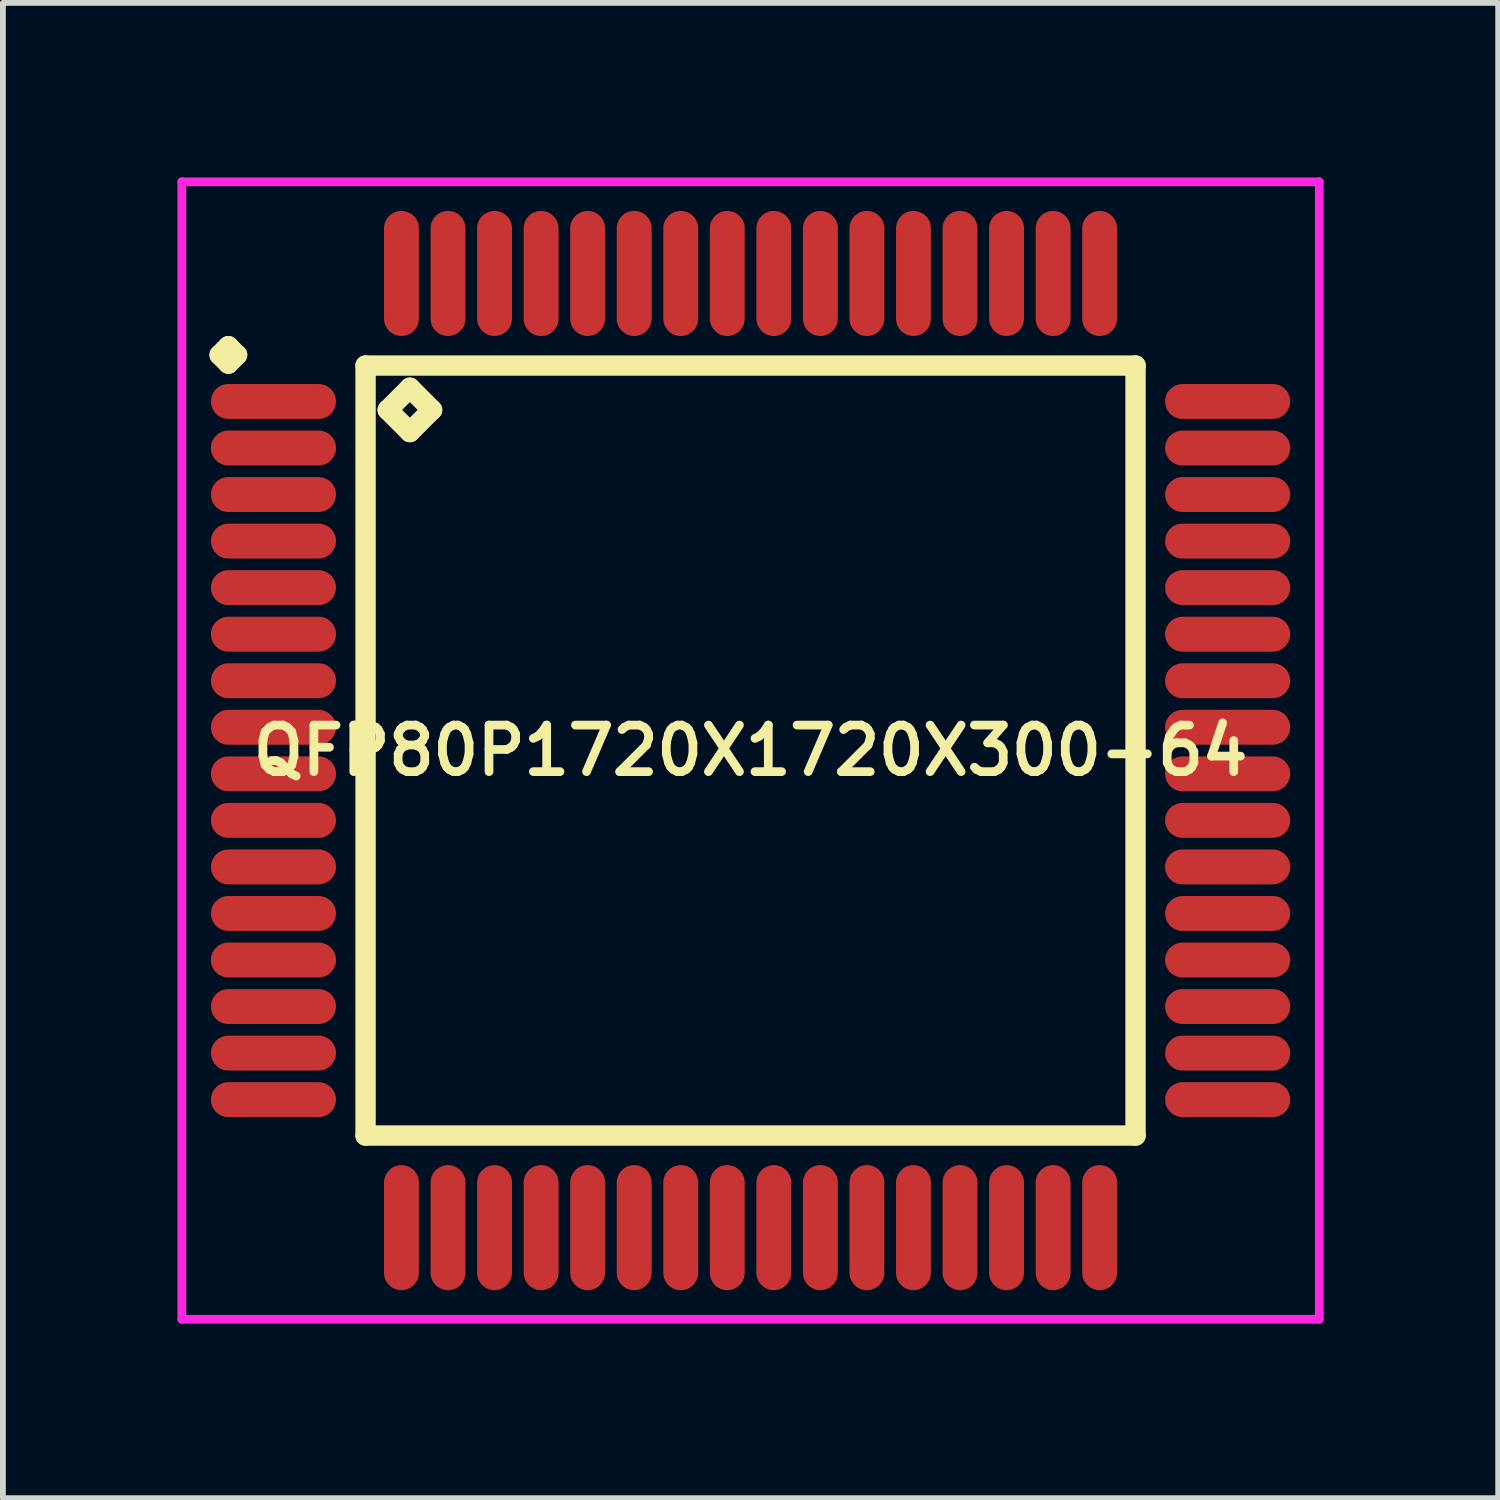
<source format=kicad_pcb>
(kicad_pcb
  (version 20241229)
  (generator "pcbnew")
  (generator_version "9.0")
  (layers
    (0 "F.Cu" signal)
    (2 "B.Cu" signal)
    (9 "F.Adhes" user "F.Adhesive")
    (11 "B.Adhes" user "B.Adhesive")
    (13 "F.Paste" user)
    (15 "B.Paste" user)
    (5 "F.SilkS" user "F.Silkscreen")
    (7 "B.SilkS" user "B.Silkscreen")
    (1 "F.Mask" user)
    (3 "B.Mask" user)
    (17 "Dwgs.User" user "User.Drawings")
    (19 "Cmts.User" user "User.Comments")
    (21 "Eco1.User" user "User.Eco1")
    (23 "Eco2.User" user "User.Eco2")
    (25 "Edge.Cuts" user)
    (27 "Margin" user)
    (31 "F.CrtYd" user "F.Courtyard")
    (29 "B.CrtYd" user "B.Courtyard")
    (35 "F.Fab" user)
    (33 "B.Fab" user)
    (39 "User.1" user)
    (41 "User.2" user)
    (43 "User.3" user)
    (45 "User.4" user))
  (footprint "QFP80P1720X1720X300-64"
    (layer "F.Cu")
    (at 9.85 9.85)
    (property "Reference" "QFP80P1720X1720X300-64" (at 0 0 0) (layer "F.SilkS") (effects (font (size 0.8 0.8) (thickness 0.15))))
    (attr smd)
    (fp_line (start -9.125 -6.8) (end -8.975 -6.95) (stroke (width 0.35) (type solid)) (layer "F.SilkS"))
    (fp_line (start -8.975 -6.95) (end -8.825 -6.8) (stroke (width 0.35) (type solid)) (layer "F.SilkS"))
    (fp_line (start -8.975 -6.65) (end -9.125 -6.8) (stroke (width 0.35) (type solid)) (layer "F.SilkS"))
    (fp_line (start -8.825 -6.8) (end -8.975 -6.65) (stroke (width 0.35) (type solid)) (layer "F.SilkS"))
    (fp_line (start -6.617 -6.617) (end -6.617 6.617) (stroke (width 0.35) (type solid)) (layer "F.SilkS"))
    (fp_line (start -6.617 6.617) (end 6.617 6.617) (stroke (width 0.35) (type solid)) (layer "F.SilkS"))
    (fp_line (start -6.236 -5.855) (end -5.855 -6.236) (stroke (width 0.35) (type solid)) (layer "F.SilkS"))
    (fp_line (start -5.855 -6.236) (end -5.474 -5.855) (stroke (width 0.35) (type solid)) (layer "F.SilkS"))
    (fp_line (start -5.855 -5.474) (end -6.236 -5.855) (stroke (width 0.35) (type solid)) (layer "F.SilkS"))
    (fp_line (start -5.474 -5.855) (end -5.855 -5.474) (stroke (width 0.35) (type solid)) (layer "F.SilkS"))
    (fp_line (start 6.617 -6.617) (end -6.617 -6.617) (stroke (width 0.35) (type solid)) (layer "F.SilkS"))
    (fp_line (start 6.617 6.617) (end 6.617 -6.617) (stroke (width 0.35) (type solid)) (layer "F.SilkS"))
    (fp_line (start -9.775 -9.775) (end 9.775 -9.775) (stroke (width 0.15) (type solid)) (layer "F.CrtYd"))
    (fp_line (start -9.775 9.775) (end -9.775 -9.775) (stroke (width 0.15) (type solid)) (layer "F.CrtYd"))
    (fp_line (start 9.775 -9.775) (end 9.775 9.775) (stroke (width 0.15) (type solid)) (layer "F.CrtYd"))
    (fp_line (start 9.775 9.775) (end -9.775 9.775) (stroke (width 0.15) (type solid)) (layer "F.CrtYd"))
    (pad "1" smd oval (at -8.2 -6) (size 2.15 0.6) (layers "F.Cu" "F.Mask" "F.Paste"))
    (pad "2" smd oval (at -8.2 -5.2) (size 2.15 0.6) (layers "F.Cu" "F.Mask" "F.Paste"))
    (pad "3" smd oval (at -8.2 -4.4) (size 2.15 0.6) (layers "F.Cu" "F.Mask" "F.Paste"))
    (pad "4" smd oval (at -8.2 -3.6) (size 2.15 0.6) (layers "F.Cu" "F.Mask" "F.Paste"))
    (pad "5" smd oval (at -8.2 -2.8) (size 2.15 0.6) (layers "F.Cu" "F.Mask" "F.Paste"))
    (pad "6" smd oval (at -8.2 -2) (size 2.15 0.6) (layers "F.Cu" "F.Mask" "F.Paste"))
    (pad "7" smd oval (at -8.2 -1.2) (size 2.15 0.6) (layers "F.Cu" "F.Mask" "F.Paste"))
    (pad "8" smd oval (at -8.2 -0.4) (size 2.15 0.6) (layers "F.Cu" "F.Mask" "F.Paste"))
    (pad "9" smd oval (at -8.2 0.4) (size 2.15 0.6) (layers "F.Cu" "F.Mask" "F.Paste"))
    (pad "10" smd oval (at -8.2 1.2) (size 2.15 0.6) (layers "F.Cu" "F.Mask" "F.Paste"))
    (pad "11" smd oval (at -8.2 2) (size 2.15 0.6) (layers "F.Cu" "F.Mask" "F.Paste"))
    (pad "12" smd oval (at -8.2 2.8) (size 2.15 0.6) (layers "F.Cu" "F.Mask" "F.Paste"))
    (pad "13" smd oval (at -8.2 3.6) (size 2.15 0.6) (layers "F.Cu" "F.Mask" "F.Paste"))
    (pad "14" smd oval (at -8.2 4.4) (size 2.15 0.6) (layers "F.Cu" "F.Mask" "F.Paste"))
    (pad "15" smd oval (at -8.2 5.2) (size 2.15 0.6) (layers "F.Cu" "F.Mask" "F.Paste"))
    (pad "16" smd oval (at -8.2 6) (size 2.15 0.6) (layers "F.Cu" "F.Mask" "F.Paste"))
    (pad "17" smd oval (at -6 8.2) (size 0.6 2.15) (layers "F.Cu" "F.Mask" "F.Paste"))
    (pad "18" smd oval (at -5.2 8.2) (size 0.6 2.15) (layers "F.Cu" "F.Mask" "F.Paste"))
    (pad "19" smd oval (at -4.4 8.2) (size 0.6 2.15) (layers "F.Cu" "F.Mask" "F.Paste"))
    (pad "20" smd oval (at -3.6 8.2) (size 0.6 2.15) (layers "F.Cu" "F.Mask" "F.Paste"))
    (pad "21" smd oval (at -2.8 8.2) (size 0.6 2.15) (layers "F.Cu" "F.Mask" "F.Paste"))
    (pad "22" smd oval (at -2 8.2) (size 0.6 2.15) (layers "F.Cu" "F.Mask" "F.Paste"))
    (pad "23" smd oval (at -1.2 8.2) (size 0.6 2.15) (layers "F.Cu" "F.Mask" "F.Paste"))
    (pad "24" smd oval (at -0.4 8.2) (size 0.6 2.15) (layers "F.Cu" "F.Mask" "F.Paste"))
    (pad "25" smd oval (at 0.4 8.2) (size 0.6 2.15) (layers "F.Cu" "F.Mask" "F.Paste"))
    (pad "26" smd oval (at 1.2 8.2) (size 0.6 2.15) (layers "F.Cu" "F.Mask" "F.Paste"))
    (pad "27" smd oval (at 2 8.2) (size 0.6 2.15) (layers "F.Cu" "F.Mask" "F.Paste"))
    (pad "28" smd oval (at 2.8 8.2) (size 0.6 2.15) (layers "F.Cu" "F.Mask" "F.Paste"))
    (pad "29" smd oval (at 3.6 8.2) (size 0.6 2.15) (layers "F.Cu" "F.Mask" "F.Paste"))
    (pad "30" smd oval (at 4.4 8.2) (size 0.6 2.15) (layers "F.Cu" "F.Mask" "F.Paste"))
    (pad "31" smd oval (at 5.2 8.2) (size 0.6 2.15) (layers "F.Cu" "F.Mask" "F.Paste"))
    (pad "32" smd oval (at 6 8.2) (size 0.6 2.15) (layers "F.Cu" "F.Mask" "F.Paste"))
    (pad "33" smd oval (at 8.2 6) (size 2.15 0.6) (layers "F.Cu" "F.Mask" "F.Paste"))
    (pad "34" smd oval (at 8.2 5.2) (size 2.15 0.6) (layers "F.Cu" "F.Mask" "F.Paste"))
    (pad "35" smd oval (at 8.2 4.4) (size 2.15 0.6) (layers "F.Cu" "F.Mask" "F.Paste"))
    (pad "36" smd oval (at 8.2 3.6) (size 2.15 0.6) (layers "F.Cu" "F.Mask" "F.Paste"))
    (pad "37" smd oval (at 8.2 2.8) (size 2.15 0.6) (layers "F.Cu" "F.Mask" "F.Paste"))
    (pad "38" smd oval (at 8.2 2) (size 2.15 0.6) (layers "F.Cu" "F.Mask" "F.Paste"))
    (pad "39" smd oval (at 8.2 1.2) (size 2.15 0.6) (layers "F.Cu" "F.Mask" "F.Paste"))
    (pad "40" smd oval (at 8.2 0.4) (size 2.15 0.6) (layers "F.Cu" "F.Mask" "F.Paste"))
    (pad "41" smd oval (at 8.2 -0.4) (size 2.15 0.6) (layers "F.Cu" "F.Mask" "F.Paste"))
    (pad "42" smd oval (at 8.2 -1.2) (size 2.15 0.6) (layers "F.Cu" "F.Mask" "F.Paste"))
    (pad "43" smd oval (at 8.2 -2) (size 2.15 0.6) (layers "F.Cu" "F.Mask" "F.Paste"))
    (pad "44" smd oval (at 8.2 -2.8) (size 2.15 0.6) (layers "F.Cu" "F.Mask" "F.Paste"))
    (pad "45" smd oval (at 8.2 -3.6) (size 2.15 0.6) (layers "F.Cu" "F.Mask" "F.Paste"))
    (pad "46" smd oval (at 8.2 -4.4) (size 2.15 0.6) (layers "F.Cu" "F.Mask" "F.Paste"))
    (pad "47" smd oval (at 8.2 -5.2) (size 2.15 0.6) (layers "F.Cu" "F.Mask" "F.Paste"))
    (pad "48" smd oval (at 8.2 -6) (size 2.15 0.6) (layers "F.Cu" "F.Mask" "F.Paste"))
    (pad "49" smd oval (at 6 -8.2) (size 0.6 2.15) (layers "F.Cu" "F.Mask" "F.Paste"))
    (pad "50" smd oval (at 5.2 -8.2) (size 0.6 2.15) (layers "F.Cu" "F.Mask" "F.Paste"))
    (pad "51" smd oval (at 4.4 -8.2) (size 0.6 2.15) (layers "F.Cu" "F.Mask" "F.Paste"))
    (pad "52" smd oval (at 3.6 -8.2) (size 0.6 2.15) (layers "F.Cu" "F.Mask" "F.Paste"))
    (pad "53" smd oval (at 2.8 -8.2) (size 0.6 2.15) (layers "F.Cu" "F.Mask" "F.Paste"))
    (pad "54" smd oval (at 2 -8.2) (size 0.6 2.15) (layers "F.Cu" "F.Mask" "F.Paste"))
    (pad "55" smd oval (at 1.2 -8.2) (size 0.6 2.15) (layers "F.Cu" "F.Mask" "F.Paste"))
    (pad "56" smd oval (at 0.4 -8.2) (size 0.6 2.15) (layers "F.Cu" "F.Mask" "F.Paste"))
    (pad "57" smd oval (at -0.4 -8.2) (size 0.6 2.15) (layers "F.Cu" "F.Mask" "F.Paste"))
    (pad "58" smd oval (at -1.2 -8.2) (size 0.6 2.15) (layers "F.Cu" "F.Mask" "F.Paste"))
    (pad "59" smd oval (at -2 -8.2) (size 0.6 2.15) (layers "F.Cu" "F.Mask" "F.Paste"))
    (pad "60" smd oval (at -2.8 -8.2) (size 0.6 2.15) (layers "F.Cu" "F.Mask" "F.Paste"))
    (pad "61" smd oval (at -3.6 -8.2) (size 0.6 2.15) (layers "F.Cu" "F.Mask" "F.Paste"))
    (pad "62" smd oval (at -4.4 -8.2) (size 0.6 2.15) (layers "F.Cu" "F.Mask" "F.Paste"))
    (pad "63" smd oval (at -5.2 -8.2) (size 0.6 2.15) (layers "F.Cu" "F.Mask" "F.Paste"))
    (pad "64" smd oval (at -6 -8.2) (size 0.6 2.15) (layers "F.Cu" "F.Mask" "F.Paste")))
  (gr_rect
    (start -3 -3)
    (end 22.7 22.7)
    (stroke (width 0.1) (type default))
    (fill no)
    (layer "Edge.Cuts")))
</source>
